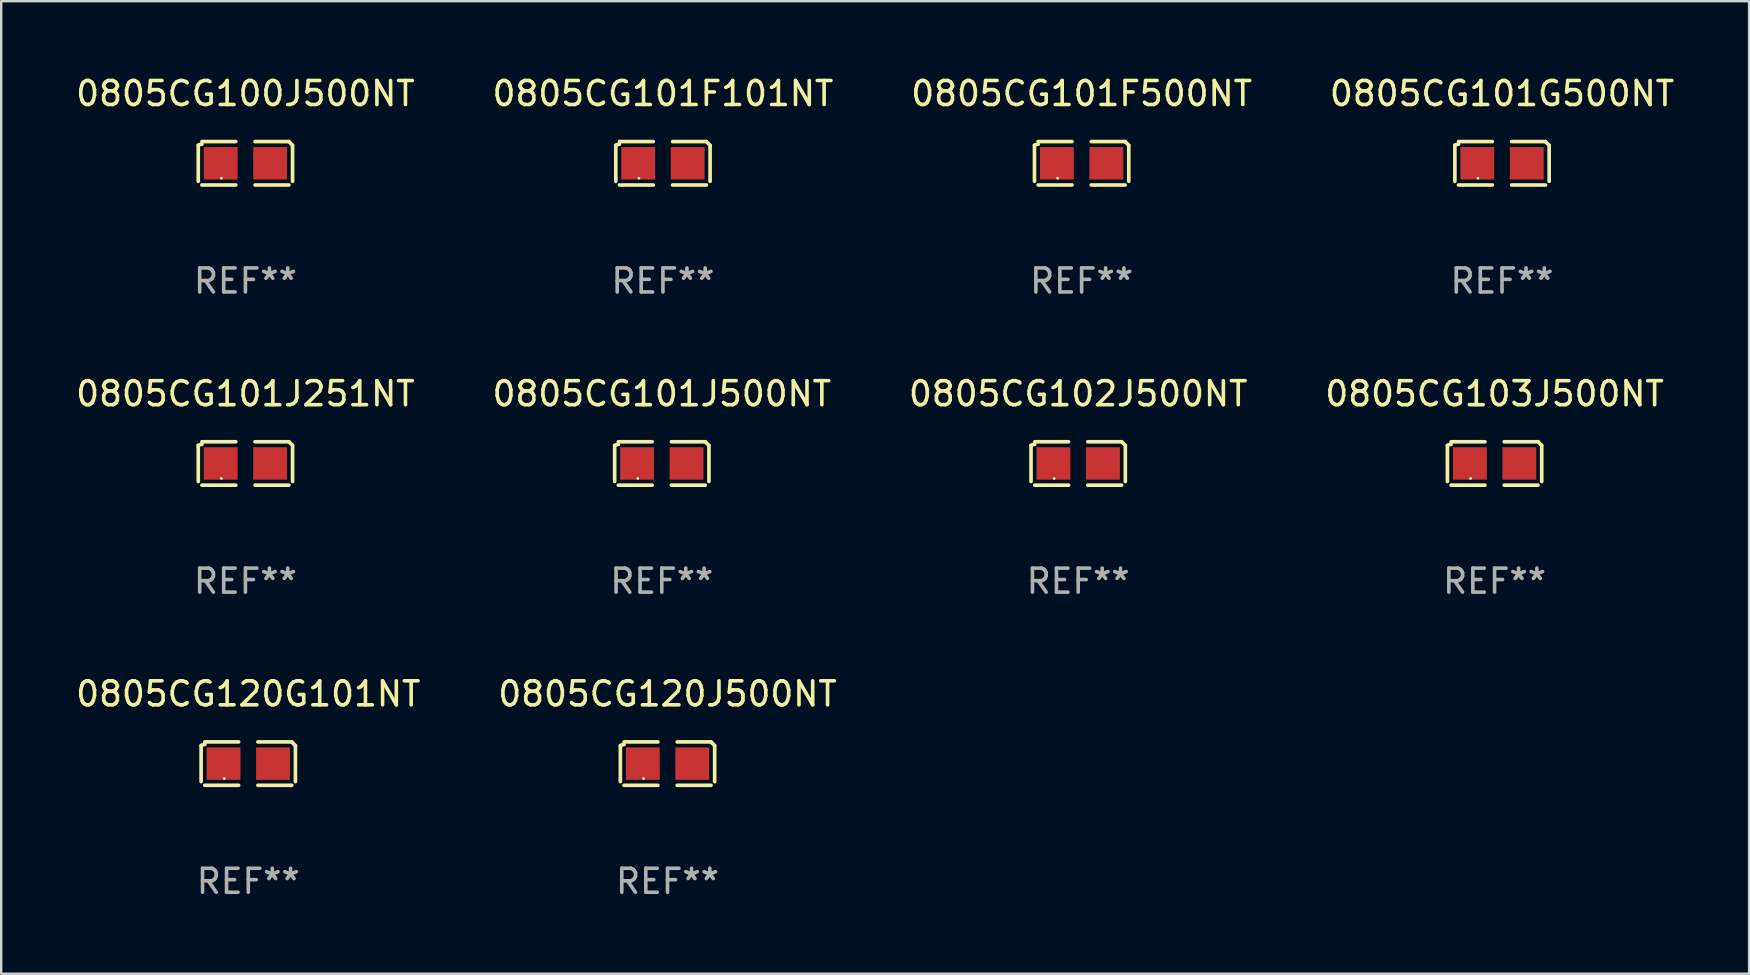
<source format=kicad_pcb>
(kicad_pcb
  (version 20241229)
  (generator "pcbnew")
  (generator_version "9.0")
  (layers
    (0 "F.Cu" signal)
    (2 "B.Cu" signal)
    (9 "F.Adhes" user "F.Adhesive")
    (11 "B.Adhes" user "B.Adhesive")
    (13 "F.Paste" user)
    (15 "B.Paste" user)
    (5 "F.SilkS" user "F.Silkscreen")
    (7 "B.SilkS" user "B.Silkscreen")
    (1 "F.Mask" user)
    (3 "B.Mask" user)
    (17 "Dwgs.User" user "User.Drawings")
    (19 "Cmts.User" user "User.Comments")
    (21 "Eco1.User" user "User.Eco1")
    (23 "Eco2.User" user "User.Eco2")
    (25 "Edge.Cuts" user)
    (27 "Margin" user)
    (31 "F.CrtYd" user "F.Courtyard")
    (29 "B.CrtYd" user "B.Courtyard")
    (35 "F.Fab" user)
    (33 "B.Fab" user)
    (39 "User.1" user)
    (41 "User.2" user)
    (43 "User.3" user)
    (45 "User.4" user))
  (footprint "0805CG101J251NT"
    (layer "F.Cu")
    (at 7.173 16.256)
    (property "Reference" "0805CG101J251NT" (at 0 -2.904 0) (layer "F.SilkS") (effects (font (size 1 1) (thickness 0.15))))
    (attr through_hole)
    (fp_line (start -1.964 0.751) (end -1.964 -0.751) (stroke (width 0.152) (type solid)) (layer "F.SilkS"))
    (fp_line (start -1.811 -0.904) (end -0.401 -0.904) (stroke (width 0.152) (type solid)) (layer "F.SilkS"))
    (fp_line (start -0.401 0.904) (end -1.811 0.904) (stroke (width 0.152) (type solid)) (layer "F.SilkS"))
    (fp_line (start 0.401 0.904) (end 1.811 0.904) (stroke (width 0.152) (type solid)) (layer "F.SilkS"))
    (fp_line (start 1.811 -0.904) (end 0.401 -0.904) (stroke (width 0.152) (type solid)) (layer "F.SilkS"))
    (fp_line (start 1.964 0.751) (end 1.964 -0.751) (stroke (width 0.152) (type solid)) (layer "F.SilkS"))
    (fp_arc (start -1.963602 -0.751207) (mid -1.890354 -0.783131) (end -1.811201 -0.794044) (stroke (width 0.1524) (type solid)) (layer "F.SilkS"))
    (fp_arc (start 1.811202 -0.903607) (mid 1.887413 -0.827418) (end 1.963602 -0.751207) (stroke (width 0.1524) (type solid)) (layer "F.SilkS"))
    (fp_circle (center -1 0.625) (end -0.97 0.625) (stroke (width 0.06) (type solid)) (fill no) (layer "F.SilkS"))
    (fp_text user "REF**" (at 0 4.904 0) (layer "F.Fab") (effects (font (size 1 1) (thickness 0.15))))
    (pad "1" smd rect (at -1.03 0) (size 1.41 1.35) (layers "F.Cu" "F.Mask" "F.Paste"))
    (pad "2" smd rect (at 1.03 0) (size 1.41 1.35) (layers "F.Cu" "F.Mask" "F.Paste")))
  (footprint "0805CG100J500NT"
    (layer "F.Cu")
    (at 7.173 3.752)
    (property "Reference" "0805CG100J500NT" (at 0 -2.904 0) (layer "F.SilkS") (effects (font (size 1 1) (thickness 0.15))))
    (attr through_hole)
    (fp_line (start -1.964 0.751) (end -1.964 -0.751) (stroke (width 0.152) (type solid)) (layer "F.SilkS"))
    (fp_line (start -1.811 -0.904) (end -0.401 -0.904) (stroke (width 0.152) (type solid)) (layer "F.SilkS"))
    (fp_line (start -0.401 0.904) (end -1.811 0.904) (stroke (width 0.152) (type solid)) (layer "F.SilkS"))
    (fp_line (start 0.401 0.904) (end 1.811 0.904) (stroke (width 0.152) (type solid)) (layer "F.SilkS"))
    (fp_line (start 1.811 -0.904) (end 0.401 -0.904) (stroke (width 0.152) (type solid)) (layer "F.SilkS"))
    (fp_line (start 1.964 0.751) (end 1.964 -0.751) (stroke (width 0.152) (type solid)) (layer "F.SilkS"))
    (fp_arc (start -1.963602 -0.751207) (mid -1.890354 -0.783131) (end -1.811201 -0.794044) (stroke (width 0.1524) (type solid)) (layer "F.SilkS"))
    (fp_arc (start 1.811202 -0.903607) (mid 1.887413 -0.827418) (end 1.963602 -0.751207) (stroke (width 0.1524) (type solid)) (layer "F.SilkS"))
    (fp_circle (center -1 0.625) (end -0.97 0.625) (stroke (width 0.06) (type solid)) (fill no) (layer "F.SilkS"))
    (fp_text user "REF**" (at 0 4.904 0) (layer "F.Fab") (effects (font (size 1 1) (thickness 0.15))))
    (pad "1" smd rect (at -1.03 0) (size 1.41 1.35) (layers "F.Cu" "F.Mask" "F.Paste"))
    (pad "2" smd rect (at 1.03 0) (size 1.41 1.35) (layers "F.Cu" "F.Mask" "F.Paste")))
  (footprint "0805CG120J500NT"
    (layer "F.Cu")
    (at 24.756 28.759)
    (property "Reference" "0805CG120J500NT" (at 0 -2.904 0) (layer "F.SilkS") (effects (font (size 1 1) (thickness 0.15))))
    (attr through_hole)
    (fp_line (start -1.964 0.751) (end -1.964 -0.751) (stroke (width 0.152) (type solid)) (layer "F.SilkS"))
    (fp_line (start -1.811 -0.904) (end -0.401 -0.904) (stroke (width 0.152) (type solid)) (layer "F.SilkS"))
    (fp_line (start -0.401 0.904) (end -1.811 0.904) (stroke (width 0.152) (type solid)) (layer "F.SilkS"))
    (fp_line (start 0.401 0.904) (end 1.811 0.904) (stroke (width 0.152) (type solid)) (layer "F.SilkS"))
    (fp_line (start 1.811 -0.904) (end 0.401 -0.904) (stroke (width 0.152) (type solid)) (layer "F.SilkS"))
    (fp_line (start 1.964 0.751) (end 1.964 -0.751) (stroke (width 0.152) (type solid)) (layer "F.SilkS"))
    (fp_arc (start -1.963602 -0.751207) (mid -1.890354 -0.783131) (end -1.811201 -0.794044) (stroke (width 0.1524) (type solid)) (layer "F.SilkS"))
    (fp_arc (start 1.811202 -0.903607) (mid 1.887413 -0.827418) (end 1.963602 -0.751207) (stroke (width 0.1524) (type solid)) (layer "F.SilkS"))
    (fp_circle (center -1 0.625) (end -0.97 0.625) (stroke (width 0.06) (type solid)) (fill no) (layer "F.SilkS"))
    (fp_text user "REF**" (at 0 4.904 0) (layer "F.Fab") (effects (font (size 1 1) (thickness 0.15))))
    (pad "1" smd rect (at -1.03 0) (size 1.41 1.35) (layers "F.Cu" "F.Mask" "F.Paste"))
    (pad "2" smd rect (at 1.03 0) (size 1.41 1.35) (layers "F.Cu" "F.Mask" "F.Paste")))
  (footprint "0805CG101J500NT"
    (layer "F.Cu")
    (at 24.518 16.256)
    (property "Reference" "0805CG101J500NT" (at 0 -2.904 0) (layer "F.SilkS") (effects (font (size 1 1) (thickness 0.15))))
    (attr through_hole)
    (fp_line (start -1.964 0.751) (end -1.964 -0.751) (stroke (width 0.152) (type solid)) (layer "F.SilkS"))
    (fp_line (start -1.811 -0.904) (end -0.401 -0.904) (stroke (width 0.152) (type solid)) (layer "F.SilkS"))
    (fp_line (start -0.401 0.904) (end -1.811 0.904) (stroke (width 0.152) (type solid)) (layer "F.SilkS"))
    (fp_line (start 0.401 0.904) (end 1.811 0.904) (stroke (width 0.152) (type solid)) (layer "F.SilkS"))
    (fp_line (start 1.811 -0.904) (end 0.401 -0.904) (stroke (width 0.152) (type solid)) (layer "F.SilkS"))
    (fp_line (start 1.964 0.751) (end 1.964 -0.751) (stroke (width 0.152) (type solid)) (layer "F.SilkS"))
    (fp_arc (start -1.963602 -0.751207) (mid -1.890354 -0.783131) (end -1.811201 -0.794044) (stroke (width 0.1524) (type solid)) (layer "F.SilkS"))
    (fp_arc (start 1.811202 -0.903607) (mid 1.887413 -0.827418) (end 1.963602 -0.751207) (stroke (width 0.1524) (type solid)) (layer "F.SilkS"))
    (fp_circle (center -1 0.625) (end -0.97 0.625) (stroke (width 0.06) (type solid)) (fill no) (layer "F.SilkS"))
    (fp_text user "REF**" (at 0 4.904 0) (layer "F.Fab") (effects (font (size 1 1) (thickness 0.15))))
    (pad "1" smd rect (at -1.03 0) (size 1.41 1.35) (layers "F.Cu" "F.Mask" "F.Paste"))
    (pad "2" smd rect (at 1.03 0) (size 1.41 1.35) (layers "F.Cu" "F.Mask" "F.Paste")))
  (footprint "0805CG101G500NT"
    (layer "F.Cu")
    (at 59.518 3.752)
    (property "Reference" "0805CG101G500NT" (at 0 -2.904 0) (layer "F.SilkS") (effects (font (size 1 1) (thickness 0.15))))
    (attr through_hole)
    (fp_line (start -1.964 0.751) (end -1.964 -0.751) (stroke (width 0.152) (type solid)) (layer "F.SilkS"))
    (fp_line (start -1.811 -0.904) (end -0.401 -0.904) (stroke (width 0.152) (type solid)) (layer "F.SilkS"))
    (fp_line (start -0.401 0.904) (end -1.811 0.904) (stroke (width 0.152) (type solid)) (layer "F.SilkS"))
    (fp_line (start 0.401 0.904) (end 1.811 0.904) (stroke (width 0.152) (type solid)) (layer "F.SilkS"))
    (fp_line (start 1.811 -0.904) (end 0.401 -0.904) (stroke (width 0.152) (type solid)) (layer "F.SilkS"))
    (fp_line (start 1.964 0.751) (end 1.964 -0.751) (stroke (width 0.152) (type solid)) (layer "F.SilkS"))
    (fp_arc (start -1.963602 -0.751207) (mid -1.890354 -0.783131) (end -1.811201 -0.794044) (stroke (width 0.1524) (type solid)) (layer "F.SilkS"))
    (fp_arc (start 1.811202 -0.903607) (mid 1.887413 -0.827418) (end 1.963602 -0.751207) (stroke (width 0.1524) (type solid)) (layer "F.SilkS"))
    (fp_circle (center -1 0.625) (end -0.97 0.625) (stroke (width 0.06) (type solid)) (fill no) (layer "F.SilkS"))
    (fp_text user "REF**" (at 0 4.904 0) (layer "F.Fab") (effects (font (size 1 1) (thickness 0.15))))
    (pad "1" smd rect (at -1.03 0) (size 1.41 1.35) (layers "F.Cu" "F.Mask" "F.Paste"))
    (pad "2" smd rect (at 1.03 0) (size 1.41 1.35) (layers "F.Cu" "F.Mask" "F.Paste")))
  (footprint "0805CG101F101NT"
    (layer "F.Cu")
    (at 24.565 3.752)
    (property "Reference" "0805CG101F101NT" (at 0 -2.904 0) (layer "F.SilkS") (effects (font (size 1 1) (thickness 0.15))))
    (attr through_hole)
    (fp_line (start -1.964 0.751) (end -1.964 -0.751) (stroke (width 0.152) (type solid)) (layer "F.SilkS"))
    (fp_line (start -1.811 -0.904) (end -0.401 -0.904) (stroke (width 0.152) (type solid)) (layer "F.SilkS"))
    (fp_line (start -0.401 0.904) (end -1.811 0.904) (stroke (width 0.152) (type solid)) (layer "F.SilkS"))
    (fp_line (start 0.401 0.904) (end 1.811 0.904) (stroke (width 0.152) (type solid)) (layer "F.SilkS"))
    (fp_line (start 1.811 -0.904) (end 0.401 -0.904) (stroke (width 0.152) (type solid)) (layer "F.SilkS"))
    (fp_line (start 1.964 0.751) (end 1.964 -0.751) (stroke (width 0.152) (type solid)) (layer "F.SilkS"))
    (fp_arc (start -1.963602 -0.751207) (mid -1.890354 -0.783131) (end -1.811201 -0.794044) (stroke (width 0.1524) (type solid)) (layer "F.SilkS"))
    (fp_arc (start 1.811202 -0.903607) (mid 1.887413 -0.827418) (end 1.963602 -0.751207) (stroke (width 0.1524) (type solid)) (layer "F.SilkS"))
    (fp_circle (center -1 0.625) (end -0.97 0.625) (stroke (width 0.06) (type solid)) (fill no) (layer "F.SilkS"))
    (fp_text user "REF**" (at 0 4.904 0) (layer "F.Fab") (effects (font (size 1 1) (thickness 0.15))))
    (pad "1" smd rect (at -1.03 0) (size 1.41 1.35) (layers "F.Cu" "F.Mask" "F.Paste"))
    (pad "2" smd rect (at 1.03 0) (size 1.41 1.35) (layers "F.Cu" "F.Mask" "F.Paste")))
  (footprint "0805CG101F500NT"
    (layer "F.Cu")
    (at 42.006 3.752)
    (property "Reference" "0805CG101F500NT" (at 0 -2.904 0) (layer "F.SilkS") (effects (font (size 1 1) (thickness 0.15))))
    (attr through_hole)
    (fp_line (start -1.964 0.751) (end -1.964 -0.751) (stroke (width 0.152) (type solid)) (layer "F.SilkS"))
    (fp_line (start -1.811 -0.904) (end -0.401 -0.904) (stroke (width 0.152) (type solid)) (layer "F.SilkS"))
    (fp_line (start -0.401 0.904) (end -1.811 0.904) (stroke (width 0.152) (type solid)) (layer "F.SilkS"))
    (fp_line (start 0.401 0.904) (end 1.811 0.904) (stroke (width 0.152) (type solid)) (layer "F.SilkS"))
    (fp_line (start 1.811 -0.904) (end 0.401 -0.904) (stroke (width 0.152) (type solid)) (layer "F.SilkS"))
    (fp_line (start 1.964 0.751) (end 1.964 -0.751) (stroke (width 0.152) (type solid)) (layer "F.SilkS"))
    (fp_arc (start -1.963602 -0.751207) (mid -1.890354 -0.783131) (end -1.811201 -0.794044) (stroke (width 0.1524) (type solid)) (layer "F.SilkS"))
    (fp_arc (start 1.811202 -0.903607) (mid 1.887413 -0.827418) (end 1.963602 -0.751207) (stroke (width 0.1524) (type solid)) (layer "F.SilkS"))
    (fp_circle (center -1 0.625) (end -0.97 0.625) (stroke (width 0.06) (type solid)) (fill no) (layer "F.SilkS"))
    (fp_text user "REF**" (at 0 4.904 0) (layer "F.Fab") (effects (font (size 1 1) (thickness 0.15))))
    (pad "1" smd rect (at -1.03 0) (size 1.41 1.35) (layers "F.Cu" "F.Mask" "F.Paste"))
    (pad "2" smd rect (at 1.03 0) (size 1.41 1.35) (layers "F.Cu" "F.Mask" "F.Paste")))
  (footprint "0805CG102J500NT"
    (layer "F.Cu")
    (at 41.863 16.256)
    (property "Reference" "0805CG102J500NT" (at 0 -2.904 0) (layer "F.SilkS") (effects (font (size 1 1) (thickness 0.15))))
    (attr through_hole)
    (fp_line (start -1.964 0.751) (end -1.964 -0.751) (stroke (width 0.152) (type solid)) (layer "F.SilkS"))
    (fp_line (start -1.811 -0.904) (end -0.401 -0.904) (stroke (width 0.152) (type solid)) (layer "F.SilkS"))
    (fp_line (start -0.401 0.904) (end -1.811 0.904) (stroke (width 0.152) (type solid)) (layer "F.SilkS"))
    (fp_line (start 0.401 0.904) (end 1.811 0.904) (stroke (width 0.152) (type solid)) (layer "F.SilkS"))
    (fp_line (start 1.811 -0.904) (end 0.401 -0.904) (stroke (width 0.152) (type solid)) (layer "F.SilkS"))
    (fp_line (start 1.964 0.751) (end 1.964 -0.751) (stroke (width 0.152) (type solid)) (layer "F.SilkS"))
    (fp_arc (start -1.963602 -0.751207) (mid -1.890354 -0.783131) (end -1.811201 -0.794044) (stroke (width 0.1524) (type solid)) (layer "F.SilkS"))
    (fp_arc (start 1.811202 -0.903607) (mid 1.887413 -0.827418) (end 1.963602 -0.751207) (stroke (width 0.1524) (type solid)) (layer "F.SilkS"))
    (fp_circle (center -1 0.625) (end -0.97 0.625) (stroke (width 0.06) (type solid)) (fill no) (layer "F.SilkS"))
    (fp_text user "REF**" (at 0 4.904 0) (layer "F.Fab") (effects (font (size 1 1) (thickness 0.15))))
    (pad "1" smd rect (at -1.03 0) (size 1.41 1.35) (layers "F.Cu" "F.Mask" "F.Paste"))
    (pad "2" smd rect (at 1.03 0) (size 1.41 1.35) (layers "F.Cu" "F.Mask" "F.Paste")))
  (footprint "0805CG120G101NT"
    (layer "F.Cu")
    (at 7.292 28.759)
    (property "Reference" "0805CG120G101NT" (at 0 -2.904 0) (layer "F.SilkS") (effects (font (size 1 1) (thickness 0.15))))
    (attr through_hole)
    (fp_line (start -1.964 0.751) (end -1.964 -0.751) (stroke (width 0.152) (type solid)) (layer "F.SilkS"))
    (fp_line (start -1.811 -0.904) (end -0.401 -0.904) (stroke (width 0.152) (type solid)) (layer "F.SilkS"))
    (fp_line (start -0.401 0.904) (end -1.811 0.904) (stroke (width 0.152) (type solid)) (layer "F.SilkS"))
    (fp_line (start 0.401 0.904) (end 1.811 0.904) (stroke (width 0.152) (type solid)) (layer "F.SilkS"))
    (fp_line (start 1.811 -0.904) (end 0.401 -0.904) (stroke (width 0.152) (type solid)) (layer "F.SilkS"))
    (fp_line (start 1.964 0.751) (end 1.964 -0.751) (stroke (width 0.152) (type solid)) (layer "F.SilkS"))
    (fp_arc (start -1.963602 -0.751207) (mid -1.890354 -0.783131) (end -1.811201 -0.794044) (stroke (width 0.1524) (type solid)) (layer "F.SilkS"))
    (fp_arc (start 1.811202 -0.903607) (mid 1.887413 -0.827418) (end 1.963602 -0.751207) (stroke (width 0.1524) (type solid)) (layer "F.SilkS"))
    (fp_circle (center -1 0.625) (end -0.97 0.625) (stroke (width 0.06) (type solid)) (fill no) (layer "F.SilkS"))
    (fp_text user "REF**" (at 0 4.904 0) (layer "F.Fab") (effects (font (size 1 1) (thickness 0.15))))
    (pad "1" smd rect (at -1.03 0) (size 1.41 1.35) (layers "F.Cu" "F.Mask" "F.Paste"))
    (pad "2" smd rect (at 1.03 0) (size 1.41 1.35) (layers "F.Cu" "F.Mask" "F.Paste")))
  (footprint "0805CG103J500NT"
    (layer "F.Cu")
    (at 59.208 16.256)
    (property "Reference" "0805CG103J500NT" (at 0 -2.904 0) (layer "F.SilkS") (effects (font (size 1 1) (thickness 0.15))))
    (attr through_hole)
    (fp_line (start -1.964 0.751) (end -1.964 -0.751) (stroke (width 0.152) (type solid)) (layer "F.SilkS"))
    (fp_line (start -1.811 -0.904) (end -0.401 -0.904) (stroke (width 0.152) (type solid)) (layer "F.SilkS"))
    (fp_line (start -0.401 0.904) (end -1.811 0.904) (stroke (width 0.152) (type solid)) (layer "F.SilkS"))
    (fp_line (start 0.401 0.904) (end 1.811 0.904) (stroke (width 0.152) (type solid)) (layer "F.SilkS"))
    (fp_line (start 1.811 -0.904) (end 0.401 -0.904) (stroke (width 0.152) (type solid)) (layer "F.SilkS"))
    (fp_line (start 1.964 0.751) (end 1.964 -0.751) (stroke (width 0.152) (type solid)) (layer "F.SilkS"))
    (fp_arc (start -1.963602 -0.751207) (mid -1.890354 -0.783131) (end -1.811201 -0.794044) (stroke (width 0.1524) (type solid)) (layer "F.SilkS"))
    (fp_arc (start 1.811202 -0.903607) (mid 1.887413 -0.827418) (end 1.963602 -0.751207) (stroke (width 0.1524) (type solid)) (layer "F.SilkS"))
    (fp_circle (center -1 0.625) (end -0.97 0.625) (stroke (width 0.06) (type solid)) (fill no) (layer "F.SilkS"))
    (fp_text user "REF**" (at 0 4.904 0) (layer "F.Fab") (effects (font (size 1 1) (thickness 0.15))))
    (pad "1" smd rect (at -1.03 0) (size 1.41 1.35) (layers "F.Cu" "F.Mask" "F.Paste"))
    (pad "2" smd rect (at 1.03 0) (size 1.41 1.35) (layers "F.Cu" "F.Mask" "F.Paste")))
  (gr_rect
    (start -3 -3)
    (end 69.81 37.511)
    (stroke (width 0.1) (type default))
    (fill no)
    (layer "Edge.Cuts")))
</source>
